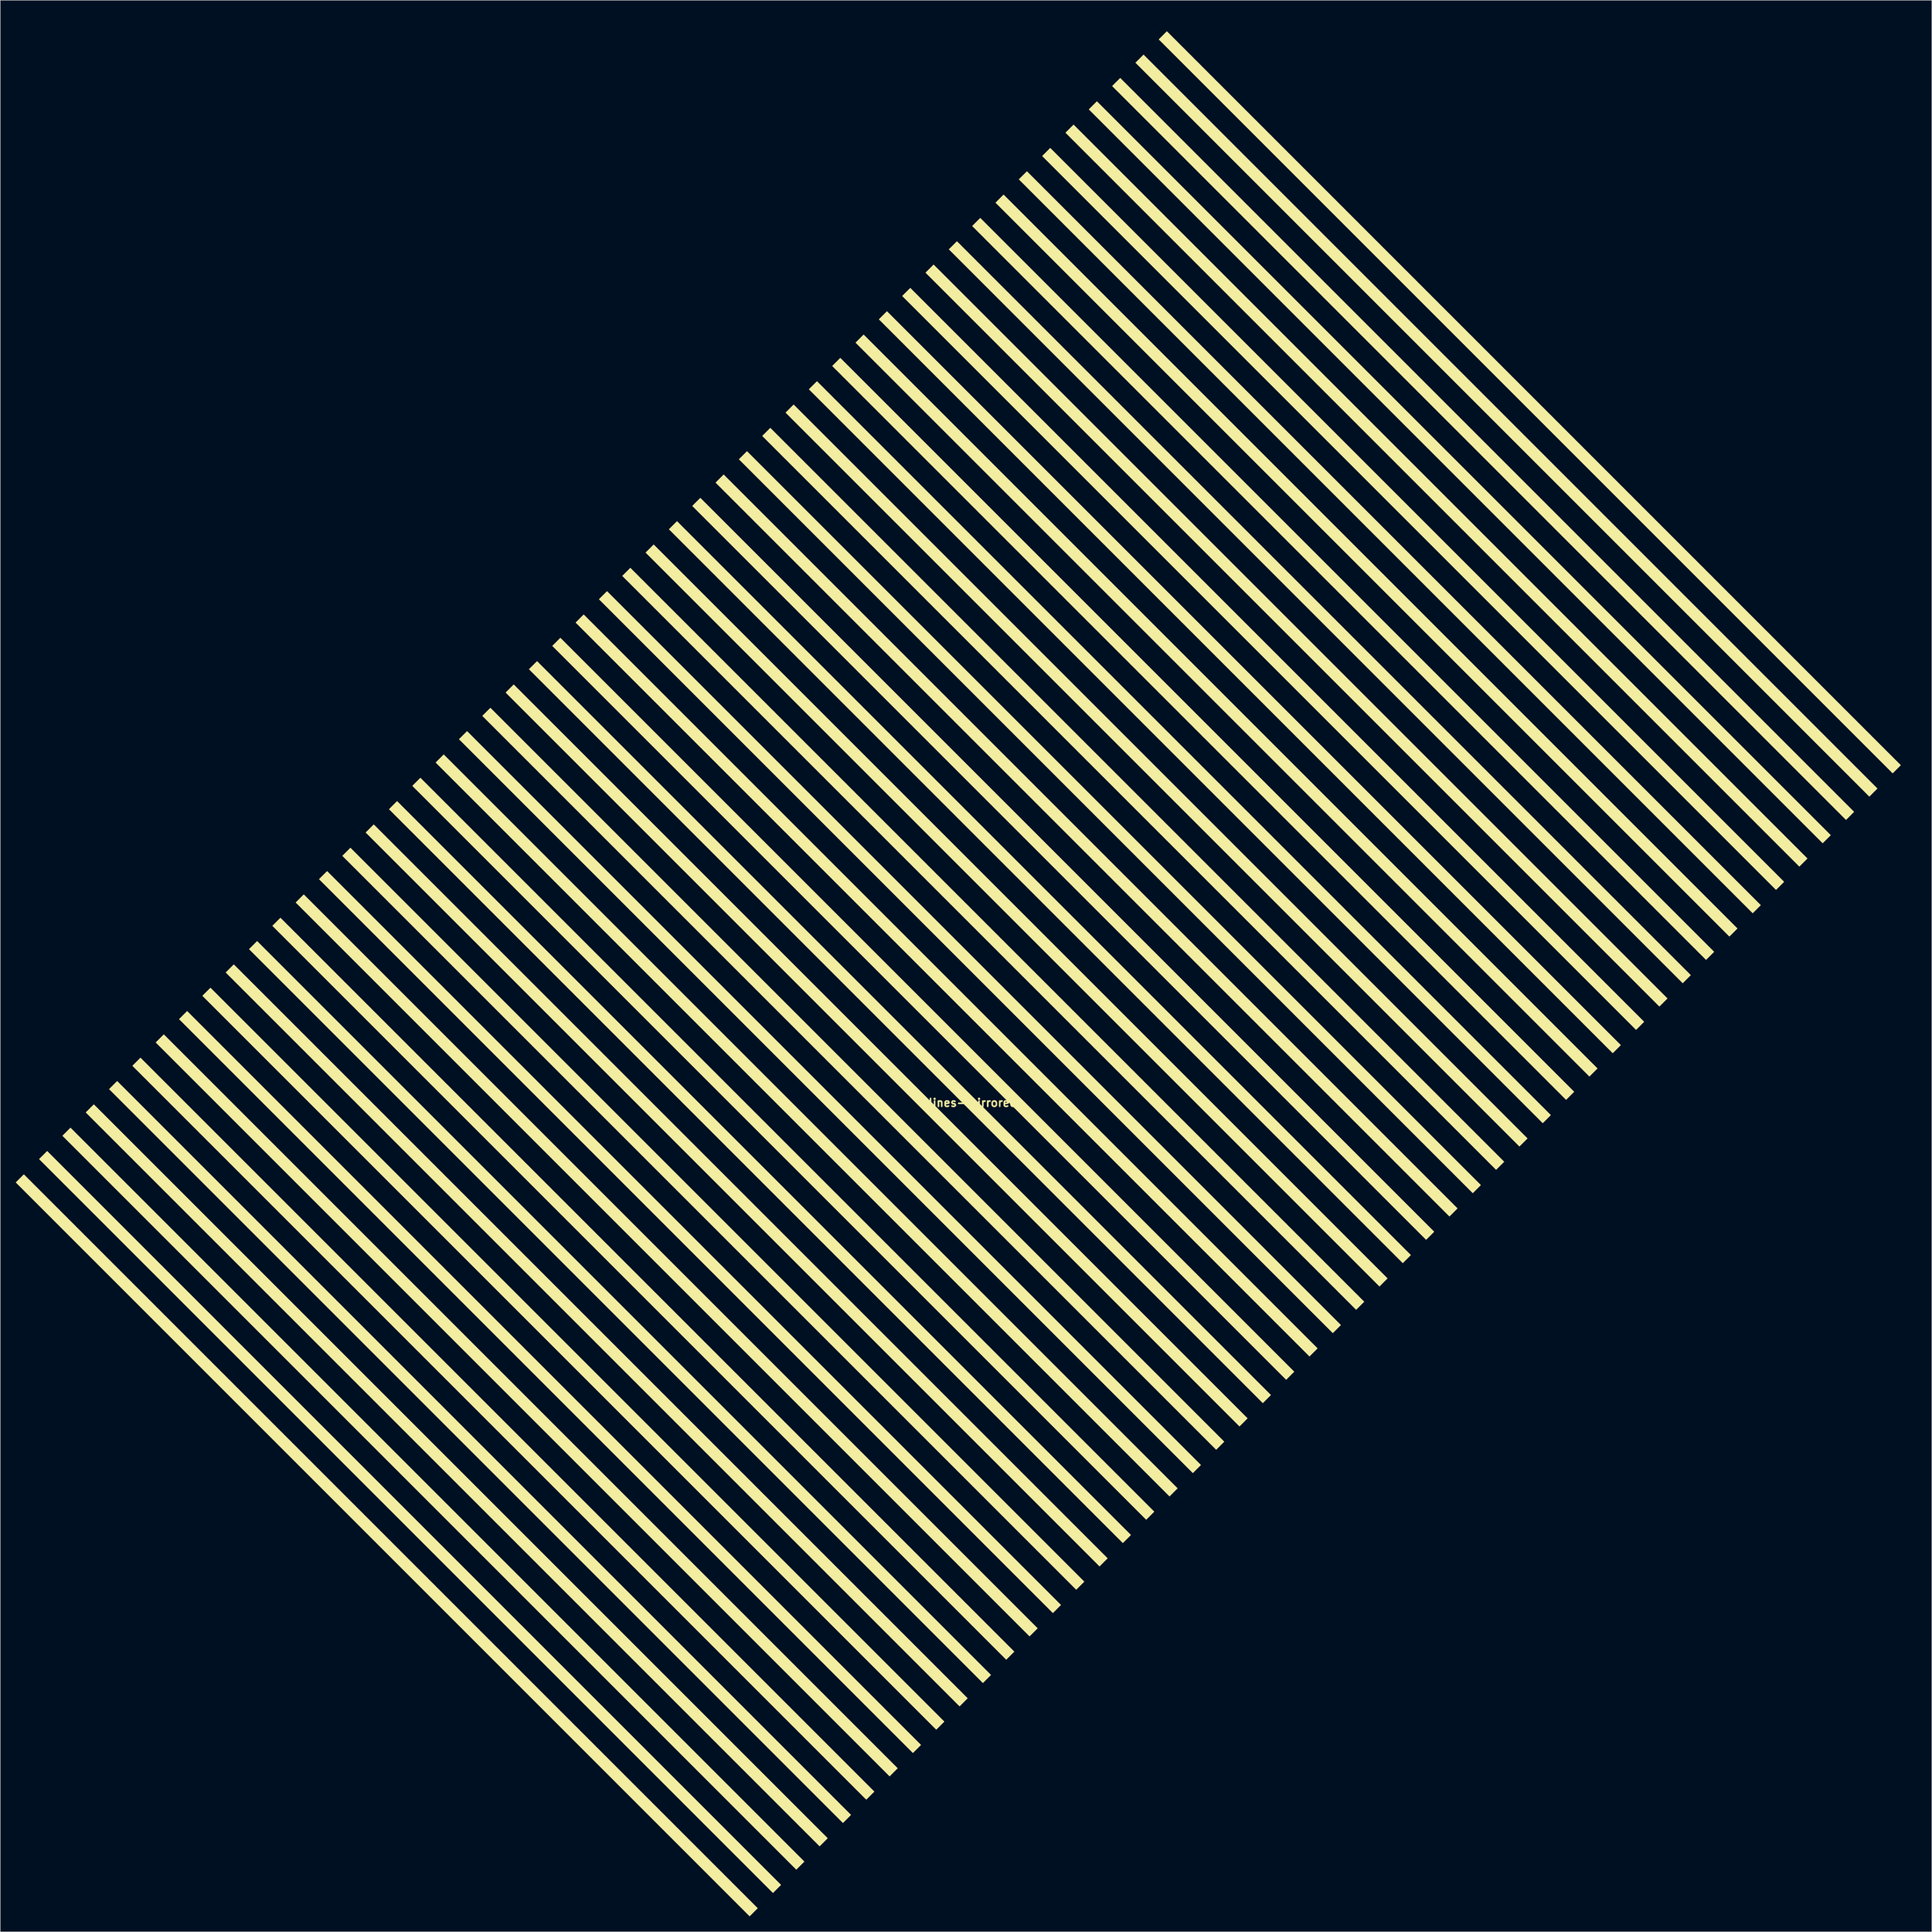
<source format=kicad_pcb>
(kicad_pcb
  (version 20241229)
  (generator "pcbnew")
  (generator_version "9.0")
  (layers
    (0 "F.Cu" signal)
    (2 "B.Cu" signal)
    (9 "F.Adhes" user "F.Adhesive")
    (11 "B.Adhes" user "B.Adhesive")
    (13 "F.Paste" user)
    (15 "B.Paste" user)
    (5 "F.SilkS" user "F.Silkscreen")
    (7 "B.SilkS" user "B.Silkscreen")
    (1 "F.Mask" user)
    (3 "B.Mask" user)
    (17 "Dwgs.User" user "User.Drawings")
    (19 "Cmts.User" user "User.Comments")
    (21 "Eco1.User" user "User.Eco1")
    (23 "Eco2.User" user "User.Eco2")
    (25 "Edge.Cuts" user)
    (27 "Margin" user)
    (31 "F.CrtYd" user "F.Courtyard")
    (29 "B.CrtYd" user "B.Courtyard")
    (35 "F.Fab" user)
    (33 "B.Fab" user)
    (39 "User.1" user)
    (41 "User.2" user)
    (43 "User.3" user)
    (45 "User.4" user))
  (footprint "lines-mirrored"
    (layer "F.Cu")
    (at 184.466 181.294)
    (property "Reference" "lines-mirrored" (at 0 28.251 0) (layer "F.SilkS") (effects (font (size 1.524 1.524) (thickness 0.305))))
    (attr exclude_from_pos_files exclude_from_bom)
    (fp_poly (pts (xy -179.92 39.118) (xy -181.419 40.617) (xy -39.998 182.038) (xy -38.499 180.539) (xy -179.92 39.118)) (stroke (width 0.097) (type solid)) (fill yes) (layer "F.Mask"))
    (fp_poly (pts (xy -175.423 34.62) (xy -176.922 36.119) (xy -35.5 177.541) (xy -34.001 176.042) (xy -175.423 34.62)) (stroke (width 0.097) (type solid)) (fill yes) (layer "F.Mask"))
    (fp_poly (pts (xy -170.926 30.123) (xy -172.425 31.622) (xy -31.003 173.044) (xy -29.504 171.545) (xy -170.926 30.123)) (stroke (width 0.097) (type solid)) (fill yes) (layer "F.Mask"))
    (fp_poly (pts (xy -166.428 25.626) (xy -167.927 27.125) (xy -26.506 168.546) (xy -25.007 167.047) (xy -166.428 25.626)) (stroke (width 0.097) (type solid)) (fill yes) (layer "F.Mask"))
    (fp_poly (pts (xy -161.931 21.129) (xy -163.43 22.628) (xy -22.009 164.049) (xy -20.51 162.55) (xy -161.931 21.129)) (stroke (width 0.097) (type solid)) (fill yes) (layer "F.Mask"))
    (fp_poly (pts (xy -157.434 16.632) (xy -158.933 18.131) (xy -17.512 159.552) (xy -16.013 158.053) (xy -157.434 16.632)) (stroke (width 0.097) (type solid)) (fill yes) (layer "F.Mask"))
    (fp_poly (pts (xy -152.937 12.134) (xy -154.436 13.633) (xy -13.014 155.055) (xy -11.515 153.556) (xy -152.937 12.134)) (stroke (width 0.097) (type solid)) (fill yes) (layer "F.Mask"))
    (fp_poly (pts (xy -148.44 7.637) (xy -149.939 9.136) (xy -8.517 150.558) (xy -7.018 149.059) (xy -148.44 7.637)) (stroke (width 0.097) (type solid)) (fill yes) (layer "F.Mask"))
    (fp_poly (pts (xy -143.942 3.14) (xy -145.441 4.639) (xy -4.02 146.06) (xy -2.521 144.561) (xy -143.942 3.14)) (stroke (width 0.097) (type solid)) (fill yes) (layer "F.Mask"))
    (fp_poly (pts (xy -139.445 -1.357) (xy -140.944 0.142) (xy 0.477 141.563) (xy 1.976 140.064) (xy -139.445 -1.357)) (stroke (width 0.097) (type solid)) (fill yes) (layer "F.Mask"))
    (fp_poly (pts (xy -134.948 -5.854) (xy -136.447 -4.355) (xy 4.974 137.066) (xy 6.473 135.567) (xy -134.948 -5.854)) (stroke (width 0.097) (type solid)) (fill yes) (layer "F.Mask"))
    (fp_poly (pts (xy -130.451 -10.352) (xy -131.95 -8.853) (xy 9.472 132.569) (xy 10.971 131.07) (xy -130.451 -10.352)) (stroke (width 0.097) (type solid)) (fill yes) (layer "F.Mask"))
    (fp_poly (pts (xy -125.954 -14.849) (xy -127.453 -13.35) (xy 13.969 128.072) (xy 15.468 126.573) (xy -125.954 -14.849)) (stroke (width 0.097) (type solid)) (fill yes) (layer "F.Mask"))
    (fp_poly (pts (xy -121.456 -19.346) (xy -122.955 -17.847) (xy 18.466 123.574) (xy 19.965 122.075) (xy -121.456 -19.346)) (stroke (width 0.097) (type solid)) (fill yes) (layer "F.Mask"))
    (fp_poly (pts (xy -116.959 -23.843) (xy -118.458 -22.344) (xy 22.963 119.077) (xy 24.462 117.578) (xy -116.959 -23.843)) (stroke (width 0.097) (type solid)) (fill yes) (layer "F.Mask"))
    (fp_poly (pts (xy -112.462 -28.34) (xy -113.961 -26.841) (xy 27.46 114.58) (xy 28.959 113.081) (xy -112.462 -28.34)) (stroke (width 0.097) (type solid)) (fill yes) (layer "F.Mask"))
    (fp_poly (pts (xy -107.965 -32.838) (xy -109.464 -31.339) (xy 31.958 110.083) (xy 33.457 108.584) (xy -107.965 -32.838)) (stroke (width 0.097) (type solid)) (fill yes) (layer "F.Mask"))
    (fp_poly (pts (xy -103.468 -37.335) (xy -104.967 -35.836) (xy 36.455 105.586) (xy 37.954 104.087) (xy -103.468 -37.335)) (stroke (width 0.097) (type solid)) (fill yes) (layer "F.Mask"))
    (fp_poly (pts (xy -98.97 -41.832) (xy -100.469 -40.333) (xy 40.952 101.088) (xy 42.451 99.589) (xy -98.97 -41.832)) (stroke (width 0.097) (type solid)) (fill yes) (layer "F.Mask"))
    (fp_poly (pts (xy -94.473 -46.329) (xy -95.972 -44.83) (xy 45.449 96.591) (xy 46.948 95.092) (xy -94.473 -46.329)) (stroke (width 0.097) (type solid)) (fill yes) (layer "F.Mask"))
    (fp_poly (pts (xy -89.976 -50.826) (xy -91.475 -49.327) (xy 49.946 92.094) (xy 51.445 90.595) (xy -89.976 -50.826)) (stroke (width 0.097) (type solid)) (fill yes) (layer "F.Mask"))
    (fp_poly (pts (xy -85.479 -55.324) (xy -86.978 -53.825) (xy 54.444 87.597) (xy 55.943 86.098) (xy -85.479 -55.324)) (stroke (width 0.097) (type solid)) (fill yes) (layer "F.Mask"))
    (fp_poly (pts (xy -80.982 -59.821) (xy -82.481 -58.322) (xy 58.941 83.1) (xy 60.44 81.601) (xy -80.982 -59.821)) (stroke (width 0.097) (type solid)) (fill yes) (layer "F.Mask"))
    (fp_poly (pts (xy -76.484 -64.318) (xy -77.983 -62.819) (xy 63.438 78.602) (xy 64.937 77.103) (xy -76.484 -64.318)) (stroke (width 0.097) (type solid)) (fill yes) (layer "F.Mask"))
    (fp_poly (pts (xy -71.987 -68.815) (xy -73.486 -67.316) (xy 67.935 74.105) (xy 69.434 72.606) (xy -71.987 -68.815)) (stroke (width 0.097) (type solid)) (fill yes) (layer "F.Mask"))
    (fp_poly (pts (xy -67.49 -73.312) (xy -68.989 -71.813) (xy 72.432 69.608) (xy 73.931 68.109) (xy -67.49 -73.312)) (stroke (width 0.097) (type solid)) (fill yes) (layer "F.Mask"))
    (fp_poly (pts (xy -62.993 -77.81) (xy -64.492 -76.311) (xy 76.93 65.111) (xy 78.429 63.612) (xy -62.993 -77.81)) (stroke (width 0.097) (type solid)) (fill yes) (layer "F.Mask"))
    (fp_poly (pts (xy -58.496 -82.307) (xy -59.995 -80.808) (xy 81.427 60.614) (xy 82.926 59.115) (xy -58.496 -82.307)) (stroke (width 0.097) (type solid)) (fill yes) (layer "F.Mask"))
    (fp_poly (pts (xy -53.998 -86.804) (xy -55.497 -85.305) (xy 85.924 56.116) (xy 87.423 54.617) (xy -53.998 -86.804)) (stroke (width 0.097) (type solid)) (fill yes) (layer "F.Mask"))
    (fp_poly (pts (xy -49.501 -91.301) (xy -51 -89.802) (xy 90.421 51.619) (xy 91.92 50.12) (xy -49.501 -91.301)) (stroke (width 0.097) (type solid)) (fill yes) (layer "F.Mask"))
    (fp_poly (pts (xy -45.004 -95.798) (xy -46.503 -94.299) (xy 94.918 47.122) (xy 96.417 45.623) (xy -45.004 -95.798)) (stroke (width 0.097) (type solid)) (fill yes) (layer "F.Mask"))
    (fp_poly (pts (xy -40.507 -100.296) (xy -42.006 -98.797) (xy 99.416 42.625) (xy 100.915 41.126) (xy -40.507 -100.296)) (stroke (width 0.097) (type solid)) (fill yes) (layer "F.Mask"))
    (fp_poly (pts (xy -36.01 -104.793) (xy -37.509 -103.294) (xy 103.913 38.128) (xy 105.412 36.629) (xy -36.01 -104.793)) (stroke (width 0.097) (type solid)) (fill yes) (layer "F.Mask"))
    (fp_poly (pts (xy -31.512 -109.29) (xy -33.011 -107.791) (xy 108.41 33.63) (xy 109.909 32.131) (xy -31.512 -109.29)) (stroke (width 0.097) (type solid)) (fill yes) (layer "F.Mask"))
    (fp_poly (pts (xy -27.015 -113.787) (xy -28.514 -112.288) (xy 112.907 29.133) (xy 114.406 27.634) (xy -27.015 -113.787)) (stroke (width 0.097) (type solid)) (fill yes) (layer "F.Mask"))
    (fp_poly (pts (xy -22.518 -118.284) (xy -24.017 -116.785) (xy 117.404 24.636) (xy 118.903 23.137) (xy -22.518 -118.284)) (stroke (width 0.097) (type solid)) (fill yes) (layer "F.Mask"))
    (fp_poly (pts (xy -18.021 -122.782) (xy -19.52 -121.283) (xy 121.901 20.139) (xy 123.401 18.64) (xy -18.021 -122.782)) (stroke (width 0.097) (type solid)) (fill yes) (layer "F.Mask"))
    (fp_poly (pts (xy -13.524 -127.279) (xy -15.023 -125.78) (xy 126.399 15.642) (xy 127.898 14.143) (xy -13.524 -127.279)) (stroke (width 0.097) (type solid)) (fill yes) (layer "F.Mask"))
    (fp_poly (pts (xy -9.026 -131.776) (xy -10.525 -130.277) (xy 130.896 11.144) (xy 132.395 9.645) (xy -9.026 -131.776)) (stroke (width 0.097) (type solid)) (fill yes) (layer "F.Mask"))
    (fp_poly (pts (xy -4.529 -136.273) (xy -6.028 -134.774) (xy 135.393 6.647) (xy 136.892 5.148) (xy -4.529 -136.273)) (stroke (width 0.097) (type solid)) (fill yes) (layer "F.Mask"))
    (fp_poly (pts (xy -0.032 -140.77) (xy -1.531 -139.271) (xy 139.89 2.15) (xy 141.389 0.651) (xy -0.032 -140.77)) (stroke (width 0.097) (type solid)) (fill yes) (layer "F.Mask"))
    (fp_poly (pts (xy 4.465 -145.268) (xy 2.966 -143.769) (xy 144.387 -2.347) (xy 145.887 -3.846) (xy 4.465 -145.268)) (stroke (width 0.097) (type solid)) (fill yes) (layer "F.Mask"))
    (fp_poly (pts (xy 8.962 -149.765) (xy 7.463 -148.266) (xy 148.885 -6.844) (xy 150.384 -8.343) (xy 8.962 -149.765)) (stroke (width 0.097) (type solid)) (fill yes) (layer "F.Mask"))
    (fp_poly (pts (xy 13.46 -154.262) (xy 11.961 -152.763) (xy 153.382 -11.342) (xy 154.881 -12.841) (xy 13.46 -154.262)) (stroke (width 0.097) (type solid)) (fill yes) (layer "F.Mask"))
    (fp_poly (pts (xy 17.957 -158.759) (xy 16.458 -157.26) (xy 157.879 -15.839) (xy 159.378 -17.338) (xy 17.957 -158.759)) (stroke (width 0.097) (type solid)) (fill yes) (layer "F.Mask"))
    (fp_poly (pts (xy 22.454 -163.256) (xy 20.955 -161.757) (xy 162.376 -20.336) (xy 163.875 -21.835) (xy 22.454 -163.256)) (stroke (width 0.097) (type solid)) (fill yes) (layer "F.Mask"))
    (fp_poly (pts (xy 26.951 -167.754) (xy 25.452 -166.254) (xy 166.873 -24.833) (xy 168.373 -26.332) (xy 26.951 -167.754)) (stroke (width 0.097) (type solid)) (fill yes) (layer "F.Mask"))
    (fp_poly (pts (xy 31.448 -172.251) (xy 29.949 -170.752) (xy 171.371 -29.33) (xy 172.87 -30.829) (xy 31.448 -172.251)) (stroke (width 0.097) (type solid)) (fill yes) (layer "F.Mask"))
    (fp_poly (pts (xy 35.946 -176.748) (xy 34.447 -175.249) (xy 175.868 -33.828) (xy 177.367 -35.327) (xy 35.946 -176.748)) (stroke (width 0.097) (type solid)) (fill yes) (layer "F.Mask"))
    (fp_poly (pts (xy 40.443 -181.245) (xy 38.944 -179.746) (xy 180.365 -38.325) (xy 181.864 -39.824) (xy 40.443 -181.245)) (stroke (width 0.097) (type solid)) (fill yes) (layer "F.Mask"))
    (fp_poly (pts (xy 40.443 -181.245) (xy 38.944 -179.746) (xy 180.365 -38.325) (xy 181.864 -39.824) (xy 40.443 -181.245)) (stroke (width 0.097) (type solid)) (fill yes) (layer "F.Mask"))
    (fp_poly (pts (xy -182.918 42.116) (xy -184.417 43.615) (xy -42.996 185.036) (xy -41.497 183.537) (xy -182.918 42.116)) (stroke (width 0.097) (type solid)) (fill yes) (layer "F.SilkS"))
    (fp_poly (pts (xy -178.421 37.619) (xy -179.92 39.118) (xy -38.499 180.539) (xy -37 179.04) (xy -178.421 37.619)) (stroke (width 0.097) (type solid)) (fill yes) (layer "F.SilkS"))
    (fp_poly (pts (xy -173.924 33.121) (xy -175.423 34.62) (xy -34.001 176.042) (xy -32.502 174.543) (xy -173.924 33.121)) (stroke (width 0.097) (type solid)) (fill yes) (layer "F.SilkS"))
    (fp_poly (pts (xy -169.426 28.624) (xy -170.926 30.123) (xy -29.504 171.545) (xy -28.005 170.045) (xy -169.426 28.624)) (stroke (width 0.097) (type solid)) (fill yes) (layer "F.SilkS"))
    (fp_poly (pts (xy -164.929 24.127) (xy -166.428 25.626) (xy -25.007 167.047) (xy -23.508 165.548) (xy -164.929 24.127)) (stroke (width 0.097) (type solid)) (fill yes) (layer "F.SilkS"))
    (fp_poly (pts (xy -160.432 19.63) (xy -161.931 21.129) (xy -20.51 162.55) (xy -19.011 161.051) (xy -160.432 19.63)) (stroke (width 0.097) (type solid)) (fill yes) (layer "F.SilkS"))
    (fp_poly (pts (xy -155.935 15.133) (xy -157.434 16.632) (xy -16.013 158.053) (xy -14.514 156.554) (xy -155.935 15.133)) (stroke (width 0.097) (type solid)) (fill yes) (layer "F.SilkS"))
    (fp_poly (pts (xy -151.438 10.635) (xy -152.937 12.134) (xy -11.515 153.556) (xy -10.016 152.057) (xy -151.438 10.635)) (stroke (width 0.097) (type solid)) (fill yes) (layer "F.SilkS"))
    (fp_poly (pts (xy -146.941 6.138) (xy -148.44 7.637) (xy -7.018 149.059) (xy -5.519 147.559) (xy -146.941 6.138)) (stroke (width 0.097) (type solid)) (fill yes) (layer "F.SilkS"))
    (fp_poly (pts (xy -142.443 1.641) (xy -143.942 3.14) (xy -2.521 144.561) (xy -1.022 143.062) (xy -142.443 1.641)) (stroke (width 0.097) (type solid)) (fill yes) (layer "F.SilkS"))
    (fp_poly (pts (xy -137.946 -2.856) (xy -139.445 -1.357) (xy 1.976 140.064) (xy 3.475 138.565) (xy -137.946 -2.856)) (stroke (width 0.097) (type solid)) (fill yes) (layer "F.SilkS"))
    (fp_poly (pts (xy -133.449 -7.353) (xy -134.948 -5.854) (xy 6.473 135.567) (xy 7.972 134.068) (xy -133.449 -7.353)) (stroke (width 0.097) (type solid)) (fill yes) (layer "F.SilkS"))
    (fp_poly (pts (xy -128.952 -11.851) (xy -130.451 -10.352) (xy 10.971 131.07) (xy 12.47 129.571) (xy -128.952 -11.851)) (stroke (width 0.097) (type solid)) (fill yes) (layer "F.SilkS"))
    (fp_poly (pts (xy -124.454 -16.348) (xy -125.954 -14.849) (xy 15.468 126.573) (xy 16.967 125.073) (xy -124.454 -16.348)) (stroke (width 0.097) (type solid)) (fill yes) (layer "F.SilkS"))
    (fp_poly (pts (xy -119.957 -20.845) (xy -121.456 -19.346) (xy 19.965 122.075) (xy 21.464 120.576) (xy -119.957 -20.845)) (stroke (width 0.097) (type solid)) (fill yes) (layer "F.SilkS"))
    (fp_poly (pts (xy -115.46 -25.342) (xy -116.959 -23.843) (xy 24.462 117.578) (xy 25.961 116.079) (xy -115.46 -25.342)) (stroke (width 0.097) (type solid)) (fill yes) (layer "F.SilkS"))
    (fp_poly (pts (xy -110.963 -29.839) (xy -112.462 -28.34) (xy 28.959 113.081) (xy 30.458 111.582) (xy -110.963 -29.839)) (stroke (width 0.097) (type solid)) (fill yes) (layer "F.SilkS"))
    (fp_poly (pts (xy -106.466 -34.337) (xy -107.965 -32.838) (xy 33.457 108.584) (xy 34.956 107.085) (xy -106.466 -34.337)) (stroke (width 0.097) (type solid)) (fill yes) (layer "F.SilkS"))
    (fp_poly (pts (xy -101.969 -38.834) (xy -103.468 -37.335) (xy 37.954 104.087) (xy 39.453 102.587) (xy -101.969 -38.834)) (stroke (width 0.097) (type solid)) (fill yes) (layer "F.SilkS"))
    (fp_poly (pts (xy -97.471 -43.331) (xy -98.97 -41.832) (xy 42.451 99.589) (xy 43.95 98.09) (xy -97.471 -43.331)) (stroke (width 0.097) (type solid)) (fill yes) (layer "F.SilkS"))
    (fp_poly (pts (xy -92.974 -47.828) (xy -94.473 -46.329) (xy 46.948 95.092) (xy 48.447 93.593) (xy -92.974 -47.828)) (stroke (width 0.097) (type solid)) (fill yes) (layer "F.SilkS"))
    (fp_poly (pts (xy -88.477 -52.325) (xy -89.976 -50.826) (xy 51.445 90.595) (xy 52.944 89.096) (xy -88.477 -52.325)) (stroke (width 0.097) (type solid)) (fill yes) (layer "F.SilkS"))
    (fp_poly (pts (xy -83.98 -56.823) (xy -85.479 -55.324) (xy 55.943 86.098) (xy 57.442 84.599) (xy -83.98 -56.823)) (stroke (width 0.097) (type solid)) (fill yes) (layer "F.SilkS"))
    (fp_poly (pts (xy -79.483 -61.32) (xy -80.982 -59.821) (xy 60.44 81.601) (xy 61.939 80.101) (xy -79.483 -61.32)) (stroke (width 0.097) (type solid)) (fill yes) (layer "F.SilkS"))
    (fp_poly (pts (xy -74.985 -65.817) (xy -76.484 -64.318) (xy 64.937 77.103) (xy 66.436 75.604) (xy -74.985 -65.817)) (stroke (width 0.097) (type solid)) (fill yes) (layer "F.SilkS"))
    (fp_poly (pts (xy -70.488 -70.314) (xy -71.987 -68.815) (xy 69.434 72.606) (xy 70.933 71.107) (xy -70.488 -70.314)) (stroke (width 0.097) (type solid)) (fill yes) (layer "F.SilkS"))
    (fp_poly (pts (xy -65.991 -74.811) (xy -67.49 -73.312) (xy 73.931 68.109) (xy 75.43 66.61) (xy -65.991 -74.811)) (stroke (width 0.097) (type solid)) (fill yes) (layer "F.SilkS"))
    (fp_poly (pts (xy -61.494 -79.309) (xy -62.993 -77.81) (xy 78.429 63.612) (xy 79.928 62.113) (xy -61.494 -79.309)) (stroke (width 0.097) (type solid)) (fill yes) (layer "F.SilkS"))
    (fp_poly (pts (xy -56.997 -83.806) (xy -58.496 -82.307) (xy 82.926 59.115) (xy 84.425 57.616) (xy -56.997 -83.806)) (stroke (width 0.097) (type solid)) (fill yes) (layer "F.SilkS"))
    (fp_poly (pts (xy -52.499 -88.303) (xy -53.998 -86.804) (xy 87.423 54.617) (xy 88.922 53.118) (xy -52.499 -88.303)) (stroke (width 0.097) (type solid)) (fill yes) (layer "F.SilkS"))
    (fp_poly (pts (xy -48.002 -92.8) (xy -49.501 -91.301) (xy 91.92 50.12) (xy 93.419 48.621) (xy -48.002 -92.8)) (stroke (width 0.097) (type solid)) (fill yes) (layer "F.SilkS"))
    (fp_poly (pts (xy -43.505 -97.297) (xy -45.004 -95.798) (xy 96.417 45.623) (xy 97.916 44.124) (xy -43.505 -97.297)) (stroke (width 0.097) (type solid)) (fill yes) (layer "F.SilkS"))
    (fp_poly (pts (xy -39.008 -101.795) (xy -40.507 -100.296) (xy 100.915 41.126) (xy 102.414 39.627) (xy -39.008 -101.795)) (stroke (width 0.097) (type solid)) (fill yes) (layer "F.SilkS"))
    (fp_poly (pts (xy -34.511 -106.292) (xy -36.01 -104.793) (xy 105.412 36.629) (xy 106.911 35.13) (xy -34.511 -106.292)) (stroke (width 0.097) (type solid)) (fill yes) (layer "F.SilkS"))
    (fp_poly (pts (xy -30.013 -110.789) (xy -31.512 -109.29) (xy 109.909 32.131) (xy 111.408 30.632) (xy -30.013 -110.789)) (stroke (width 0.097) (type solid)) (fill yes) (layer "F.SilkS"))
    (fp_poly (pts (xy -25.516 -115.286) (xy -27.015 -113.787) (xy 114.406 27.634) (xy 115.905 26.135) (xy -25.516 -115.286)) (stroke (width 0.097) (type solid)) (fill yes) (layer "F.SilkS"))
    (fp_poly (pts (xy -21.019 -119.783) (xy -22.518 -118.284) (xy 118.903 23.137) (xy 120.402 21.638) (xy -21.019 -119.783)) (stroke (width 0.097) (type solid)) (fill yes) (layer "F.SilkS"))
    (fp_poly (pts (xy -16.522 -124.281) (xy -18.021 -122.782) (xy 123.401 18.64) (xy 124.9 17.141) (xy -16.522 -124.281)) (stroke (width 0.097) (type solid)) (fill yes) (layer "F.SilkS"))
    (fp_poly (pts (xy -12.025 -128.778) (xy -13.524 -127.279) (xy 127.898 14.143) (xy 129.397 12.644) (xy -12.025 -128.778)) (stroke (width 0.097) (type solid)) (fill yes) (layer "F.SilkS"))
    (fp_poly (pts (xy -7.527 -133.275) (xy -9.026 -131.776) (xy 132.395 9.645) (xy 133.894 8.146) (xy -7.527 -133.275)) (stroke (width 0.097) (type solid)) (fill yes) (layer "F.SilkS"))
    (fp_poly (pts (xy -3.03 -137.772) (xy -4.529 -136.273) (xy 136.892 5.148) (xy 138.391 3.649) (xy -3.03 -137.772)) (stroke (width 0.097) (type solid)) (fill yes) (layer "F.SilkS"))
    (fp_poly (pts (xy 1.467 -142.269) (xy -0.032 -140.77) (xy 141.389 0.651) (xy 142.888 -0.848) (xy 1.467 -142.269)) (stroke (width 0.097) (type solid)) (fill yes) (layer "F.SilkS"))
    (fp_poly (pts (xy 5.964 -146.767) (xy 4.465 -145.268) (xy 145.887 -3.846) (xy 147.386 -5.345) (xy 5.964 -146.767)) (stroke (width 0.097) (type solid)) (fill yes) (layer "F.SilkS"))
    (fp_poly (pts (xy 10.461 -151.264) (xy 8.962 -149.765) (xy 150.384 -8.343) (xy 151.883 -9.842) (xy 10.461 -151.264)) (stroke (width 0.097) (type solid)) (fill yes) (layer "F.SilkS"))
    (fp_poly (pts (xy 14.959 -155.761) (xy 13.46 -154.262) (xy 154.881 -12.841) (xy 156.38 -14.34) (xy 14.959 -155.761)) (stroke (width 0.097) (type solid)) (fill yes) (layer "F.SilkS"))
    (fp_poly (pts (xy 19.456 -160.258) (xy 17.957 -158.759) (xy 159.378 -17.338) (xy 160.877 -18.837) (xy 19.456 -160.258)) (stroke (width 0.097) (type solid)) (fill yes) (layer "F.SilkS"))
    (fp_poly (pts (xy 23.953 -164.755) (xy 22.454 -163.256) (xy 163.875 -21.835) (xy 165.374 -23.334) (xy 23.953 -164.755)) (stroke (width 0.097) (type solid)) (fill yes) (layer "F.SilkS"))
    (fp_poly (pts (xy 28.45 -169.253) (xy 26.951 -167.754) (xy 168.373 -26.332) (xy 169.872 -27.831) (xy 28.45 -169.253)) (stroke (width 0.097) (type solid)) (fill yes) (layer "F.SilkS"))
    (fp_poly (pts (xy 32.947 -173.75) (xy 31.448 -172.251) (xy 172.87 -30.829) (xy 174.369 -32.328) (xy 32.947 -173.75)) (stroke (width 0.097) (type solid)) (fill yes) (layer "F.SilkS"))
    (fp_poly (pts (xy 37.445 -178.247) (xy 35.946 -176.748) (xy 177.367 -35.327) (xy 178.866 -36.826) (xy 37.445 -178.247)) (stroke (width 0.097) (type solid)) (fill yes) (layer "F.SilkS"))
    (fp_poly (pts (xy 37.445 -178.247) (xy 35.946 -176.748) (xy 177.367 -35.327) (xy 178.866 -36.826) (xy 37.445 -178.247)) (stroke (width 0.097) (type solid)) (fill yes) (layer "F.SilkS")))
  (gr_rect
    (start -3 -3)
    (end 369.379 369.379)
    (stroke (width 0.1) (type default))
    (fill no)
    (layer "Edge.Cuts")))
</source>
